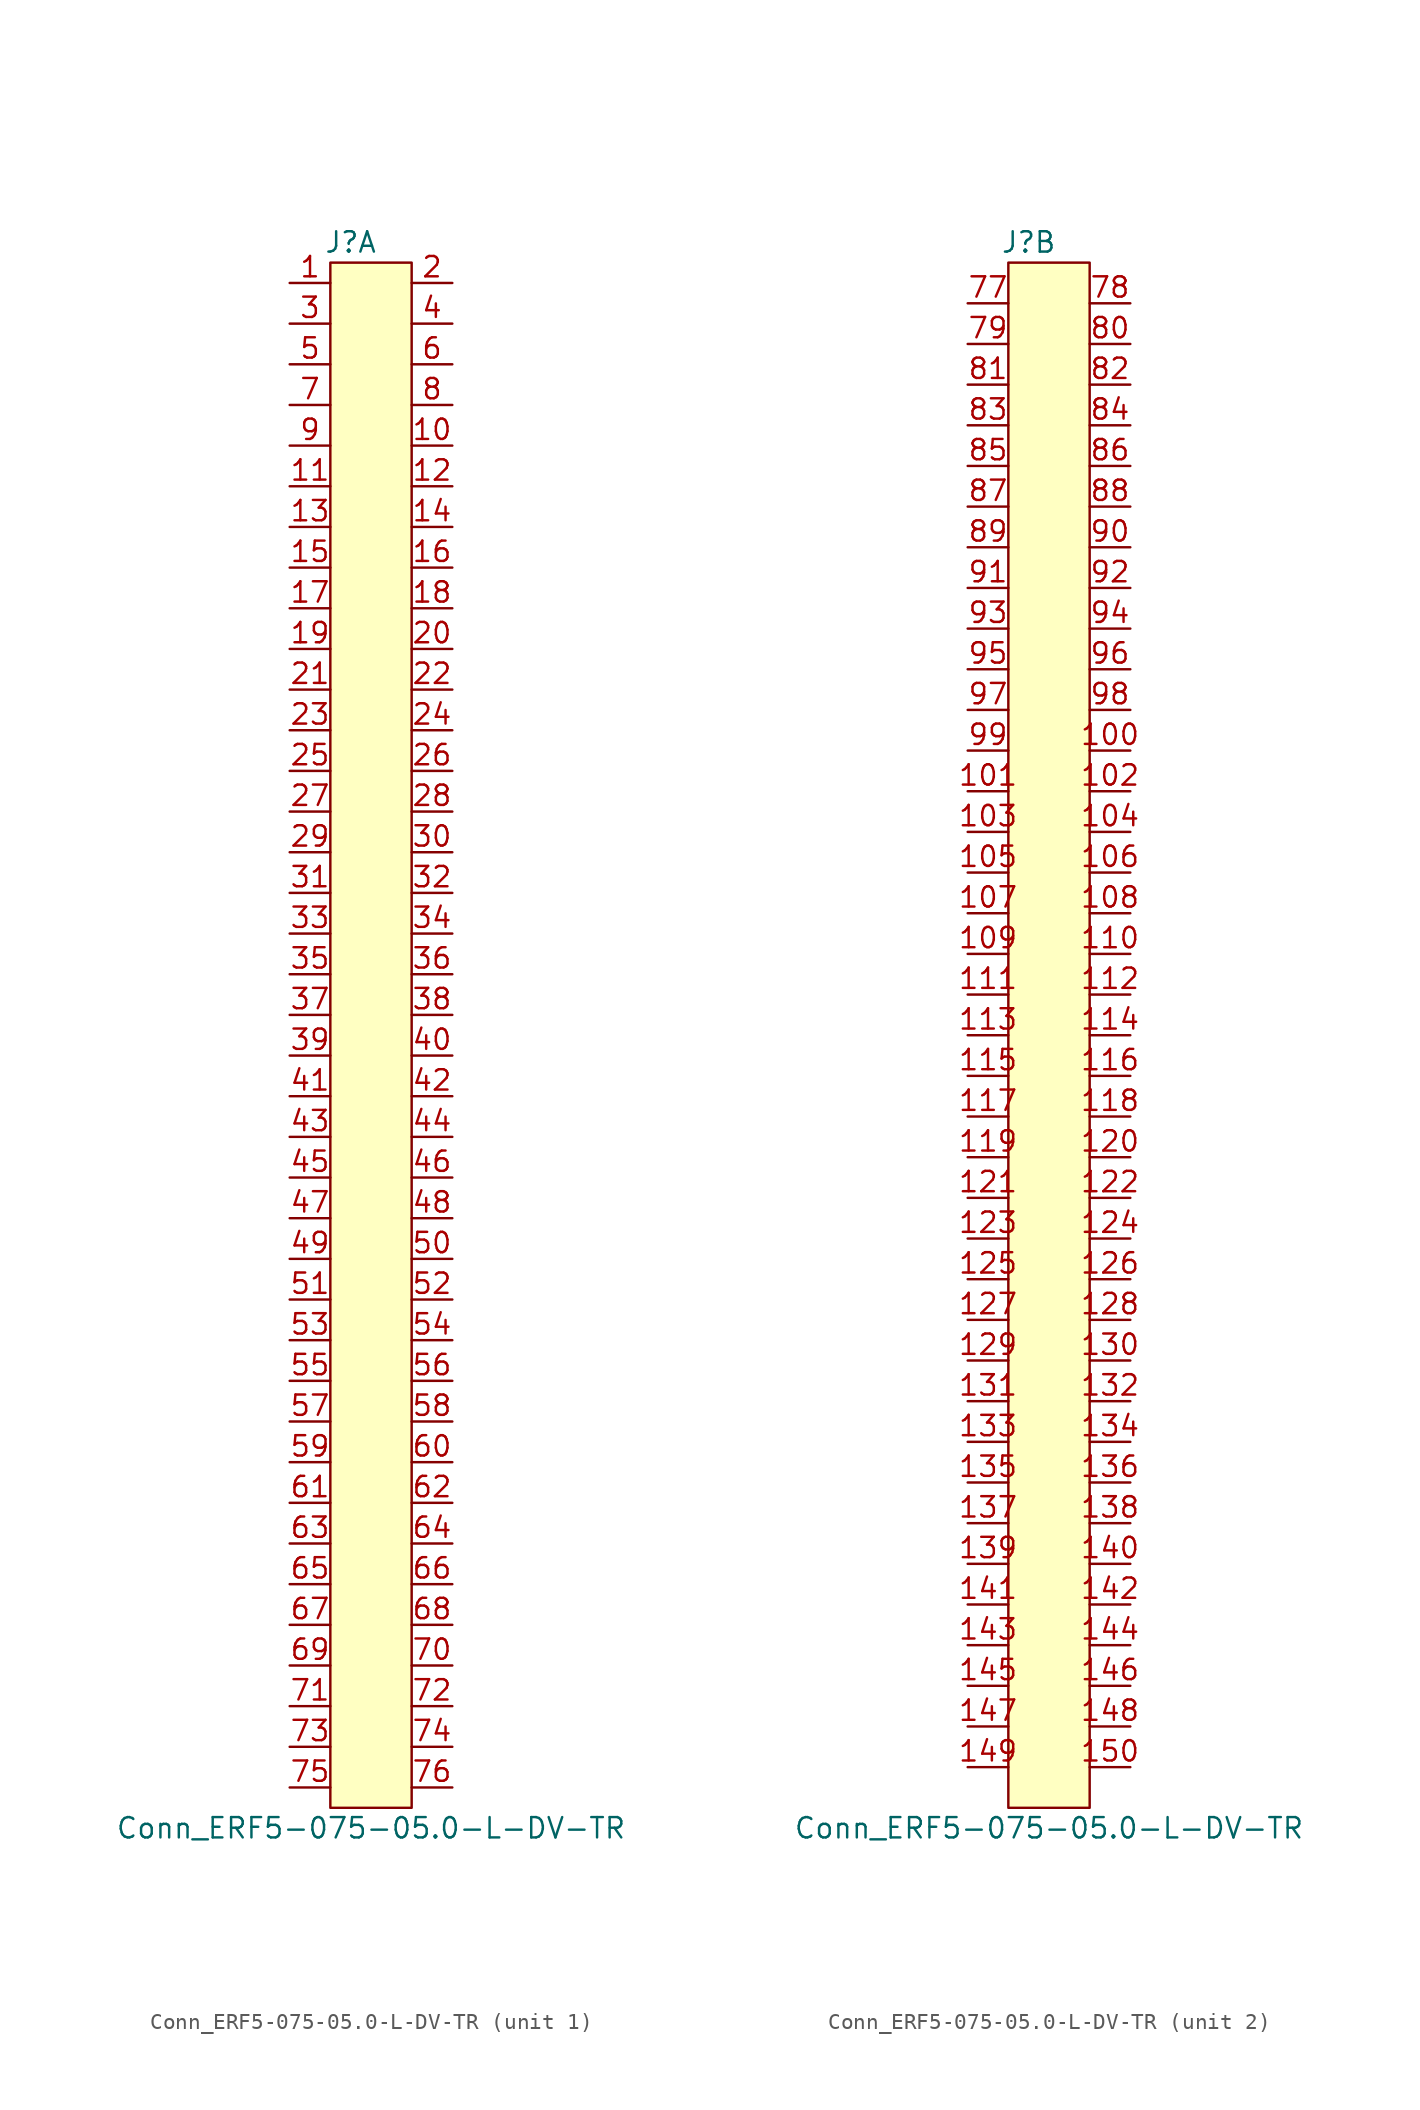
<source format=kicad_sym>
(kicad_symbol_lib
  (version 20211014)
  (generator kicad_symbol_editor)
  (symbol "Conn_ERF5-075-05.0-L-DV-TR"
    (pin_names hide)
    (property "Reference" "J"
      (at -1.27 50.8 0)
      (effects (font (size 1.27 1.27))))
    (property "Value" "Conn_ERF5-075-05.0-L-DV-TR"
      (at 0 -48.26 0)
      (effects (font (size 1.27 1.27))))
    (property "ki_locked" ""
      (at 0 0 0)
      (effects (font (size 1.27 1.27))))
    (symbol "Conn_ERF5-075-05.0-L-DV-TR_1_1"
      (rectangle (start -2.54 49.53) (end 2.54 -46.99) (stroke (width 0) (type default) (color 0 0 0 0)) (fill (type background)))
      (pin passive line (at -5.08 48.26 0) (length 2.54) (name "1" (effects (font (size 1.27 1.27)))) (number "1" (effects (font (size 1.27 1.27)))))
      (pin passive line (at 5.08 38.1 180) (length 2.54) (name "10" (effects (font (size 1.27 1.27)))) (number "10" (effects (font (size 1.27 1.27)))))
      (pin passive line (at -5.08 35.56 0) (length 2.54) (name "11" (effects (font (size 1.27 1.27)))) (number "11" (effects (font (size 1.27 1.27)))))
      (pin passive line (at 5.08 35.56 180) (length 2.54) (name "12" (effects (font (size 1.27 1.27)))) (number "12" (effects (font (size 1.27 1.27)))))
      (pin passive line (at -5.08 33.02 0) (length 2.54) (name "13" (effects (font (size 1.27 1.27)))) (number "13" (effects (font (size 1.27 1.27)))))
      (pin passive line (at 5.08 33.02 180) (length 2.54) (name "14" (effects (font (size 1.27 1.27)))) (number "14" (effects (font (size 1.27 1.27)))))
      (pin passive line (at -5.08 30.48 0) (length 2.54) (name "15" (effects (font (size 1.27 1.27)))) (number "15" (effects (font (size 1.27 1.27)))))
      (pin passive line (at 5.08 30.48 180) (length 2.54) (name "16" (effects (font (size 1.27 1.27)))) (number "16" (effects (font (size 1.27 1.27)))))
      (pin passive line (at -5.08 27.94 0) (length 2.54) (name "17" (effects (font (size 1.27 1.27)))) (number "17" (effects (font (size 1.27 1.27)))))
      (pin passive line (at 5.08 27.94 180) (length 2.54) (name "18" (effects (font (size 1.27 1.27)))) (number "18" (effects (font (size 1.27 1.27)))))
      (pin passive line (at -5.08 25.4 0) (length 2.54) (name "19" (effects (font (size 1.27 1.27)))) (number "19" (effects (font (size 1.27 1.27)))))
      (pin passive line (at 5.08 48.26 180) (length 2.54) (name "2" (effects (font (size 1.27 1.27)))) (number "2" (effects (font (size 1.27 1.27)))))
      (pin passive line (at 5.08 25.4 180) (length 2.54) (name "20" (effects (font (size 1.27 1.27)))) (number "20" (effects (font (size 1.27 1.27)))))
      (pin passive line (at -5.08 22.86 0) (length 2.54) (name "21" (effects (font (size 1.27 1.27)))) (number "21" (effects (font (size 1.27 1.27)))))
      (pin passive line (at 5.08 22.86 180) (length 2.54) (name "22" (effects (font (size 1.27 1.27)))) (number "22" (effects (font (size 1.27 1.27)))))
      (pin passive line (at -5.08 20.32 0) (length 2.54) (name "23" (effects (font (size 1.27 1.27)))) (number "23" (effects (font (size 1.27 1.27)))))
      (pin passive line (at 5.08 20.32 180) (length 2.54) (name "24" (effects (font (size 1.27 1.27)))) (number "24" (effects (font (size 1.27 1.27)))))
      (pin passive line (at -5.08 17.78 0) (length 2.54) (name "25" (effects (font (size 1.27 1.27)))) (number "25" (effects (font (size 1.27 1.27)))))
      (pin passive line (at 5.08 17.78 180) (length 2.54) (name "26" (effects (font (size 1.27 1.27)))) (number "26" (effects (font (size 1.27 1.27)))))
      (pin passive line (at -5.08 15.24 0) (length 2.54) (name "27" (effects (font (size 1.27 1.27)))) (number "27" (effects (font (size 1.27 1.27)))))
      (pin passive line (at 5.08 15.24 180) (length 2.54) (name "28" (effects (font (size 1.27 1.27)))) (number "28" (effects (font (size 1.27 1.27)))))
      (pin passive line (at -5.08 12.7 0) (length 2.54) (name "29" (effects (font (size 1.27 1.27)))) (number "29" (effects (font (size 1.27 1.27)))))
      (pin passive line (at -5.08 45.72 0) (length 2.54) (name "3" (effects (font (size 1.27 1.27)))) (number "3" (effects (font (size 1.27 1.27)))))
      (pin passive line (at 5.08 12.7 180) (length 2.54) (name "30" (effects (font (size 1.27 1.27)))) (number "30" (effects (font (size 1.27 1.27)))))
      (pin passive line (at -5.08 10.16 0) (length 2.54) (name "31" (effects (font (size 1.27 1.27)))) (number "31" (effects (font (size 1.27 1.27)))))
      (pin passive line (at 5.08 10.16 180) (length 2.54) (name "32" (effects (font (size 1.27 1.27)))) (number "32" (effects (font (size 1.27 1.27)))))
      (pin passive line (at -5.08 7.62 0) (length 2.54) (name "33" (effects (font (size 1.27 1.27)))) (number "33" (effects (font (size 1.27 1.27)))))
      (pin passive line (at 5.08 7.62 180) (length 2.54) (name "34" (effects (font (size 1.27 1.27)))) (number "34" (effects (font (size 1.27 1.27)))))
      (pin passive line (at -5.08 5.08 0) (length 2.54) (name "35" (effects (font (size 1.27 1.27)))) (number "35" (effects (font (size 1.27 1.27)))))
      (pin passive line (at 5.08 5.08 180) (length 2.54) (name "36" (effects (font (size 1.27 1.27)))) (number "36" (effects (font (size 1.27 1.27)))))
      (pin passive line (at -5.08 2.54 0) (length 2.54) (name "37" (effects (font (size 1.27 1.27)))) (number "37" (effects (font (size 1.27 1.27)))))
      (pin passive line (at 5.08 2.54 180) (length 2.54) (name "38" (effects (font (size 1.27 1.27)))) (number "38" (effects (font (size 1.27 1.27)))))
      (pin passive line (at -5.08 0 0) (length 2.54) (name "39" (effects (font (size 1.27 1.27)))) (number "39" (effects (font (size 1.27 1.27)))))
      (pin passive line (at 5.08 45.72 180) (length 2.54) (name "4" (effects (font (size 1.27 1.27)))) (number "4" (effects (font (size 1.27 1.27)))))
      (pin passive line (at 5.08 0 180) (length 2.54) (name "40" (effects (font (size 1.27 1.27)))) (number "40" (effects (font (size 1.27 1.27)))))
      (pin passive line (at -5.08 -2.54 0) (length 2.54) (name "41" (effects (font (size 1.27 1.27)))) (number "41" (effects (font (size 1.27 1.27)))))
      (pin passive line (at 5.08 -2.54 180) (length 2.54) (name "42" (effects (font (size 1.27 1.27)))) (number "42" (effects (font (size 1.27 1.27)))))
      (pin passive line (at -5.08 -5.08 0) (length 2.54) (name "43" (effects (font (size 1.27 1.27)))) (number "43" (effects (font (size 1.27 1.27)))))
      (pin passive line (at 5.08 -5.08 180) (length 2.54) (name "44" (effects (font (size 1.27 1.27)))) (number "44" (effects (font (size 1.27 1.27)))))
      (pin passive line (at -5.08 -7.62 0) (length 2.54) (name "45" (effects (font (size 1.27 1.27)))) (number "45" (effects (font (size 1.27 1.27)))))
      (pin passive line (at 5.08 -7.62 180) (length 2.54) (name "46" (effects (font (size 1.27 1.27)))) (number "46" (effects (font (size 1.27 1.27)))))
      (pin passive line (at -5.08 -10.16 0) (length 2.54) (name "47" (effects (font (size 1.27 1.27)))) (number "47" (effects (font (size 1.27 1.27)))))
      (pin passive line (at 5.08 -10.16 180) (length 2.54) (name "48" (effects (font (size 1.27 1.27)))) (number "48" (effects (font (size 1.27 1.27)))))
      (pin passive line (at -5.08 -12.7 0) (length 2.54) (name "49" (effects (font (size 1.27 1.27)))) (number "49" (effects (font (size 1.27 1.27)))))
      (pin passive line (at -5.08 43.18 0) (length 2.54) (name "5" (effects (font (size 1.27 1.27)))) (number "5" (effects (font (size 1.27 1.27)))))
      (pin passive line (at 5.08 -12.7 180) (length 2.54) (name "50" (effects (font (size 1.27 1.27)))) (number "50" (effects (font (size 1.27 1.27)))))
      (pin passive line (at -5.08 -15.24 0) (length 2.54) (name "51" (effects (font (size 1.27 1.27)))) (number "51" (effects (font (size 1.27 1.27)))))
      (pin passive line (at 5.08 -15.24 180) (length 2.54) (name "52" (effects (font (size 1.27 1.27)))) (number "52" (effects (font (size 1.27 1.27)))))
      (pin passive line (at -5.08 -17.78 0) (length 2.54) (name "53" (effects (font (size 1.27 1.27)))) (number "53" (effects (font (size 1.27 1.27)))))
      (pin passive line (at 5.08 -17.78 180) (length 2.54) (name "54" (effects (font (size 1.27 1.27)))) (number "54" (effects (font (size 1.27 1.27)))))
      (pin passive line (at -5.08 -20.32 0) (length 2.54) (name "55" (effects (font (size 1.27 1.27)))) (number "55" (effects (font (size 1.27 1.27)))))
      (pin passive line (at 5.08 -20.32 180) (length 2.54) (name "56" (effects (font (size 1.27 1.27)))) (number "56" (effects (font (size 1.27 1.27)))))
      (pin passive line (at -5.08 -22.86 0) (length 2.54) (name "57" (effects (font (size 1.27 1.27)))) (number "57" (effects (font (size 1.27 1.27)))))
      (pin passive line (at 5.08 -22.86 180) (length 2.54) (name "58" (effects (font (size 1.27 1.27)))) (number "58" (effects (font (size 1.27 1.27)))))
      (pin passive line (at -5.08 -25.4 0) (length 2.54) (name "59" (effects (font (size 1.27 1.27)))) (number "59" (effects (font (size 1.27 1.27)))))
      (pin passive line (at 5.08 43.18 180) (length 2.54) (name "6" (effects (font (size 1.27 1.27)))) (number "6" (effects (font (size 1.27 1.27)))))
      (pin passive line (at 5.08 -25.4 180) (length 2.54) (name "60" (effects (font (size 1.27 1.27)))) (number "60" (effects (font (size 1.27 1.27)))))
      (pin passive line (at -5.08 -27.94 0) (length 2.54) (name "61" (effects (font (size 1.27 1.27)))) (number "61" (effects (font (size 1.27 1.27)))))
      (pin passive line (at 5.08 -27.94 180) (length 2.54) (name "62" (effects (font (size 1.27 1.27)))) (number "62" (effects (font (size 1.27 1.27)))))
      (pin passive line (at -5.08 -30.48 0) (length 2.54) (name "63" (effects (font (size 1.27 1.27)))) (number "63" (effects (font (size 1.27 1.27)))))
      (pin passive line (at 5.08 -30.48 180) (length 2.54) (name "64" (effects (font (size 1.27 1.27)))) (number "64" (effects (font (size 1.27 1.27)))))
      (pin passive line (at -5.08 -33.02 0) (length 2.54) (name "65" (effects (font (size 1.27 1.27)))) (number "65" (effects (font (size 1.27 1.27)))))
      (pin passive line (at 5.08 -33.02 180) (length 2.54) (name "66" (effects (font (size 1.27 1.27)))) (number "66" (effects (font (size 1.27 1.27)))))
      (pin passive line (at -5.08 -35.56 0) (length 2.54) (name "67" (effects (font (size 1.27 1.27)))) (number "67" (effects (font (size 1.27 1.27)))))
      (pin passive line (at 5.08 -35.56 180) (length 2.54) (name "68" (effects (font (size 1.27 1.27)))) (number "68" (effects (font (size 1.27 1.27)))))
      (pin passive line (at -5.08 -38.1 0) (length 2.54) (name "69" (effects (font (size 1.27 1.27)))) (number "69" (effects (font (size 1.27 1.27)))))
      (pin passive line (at -5.08 40.64 0) (length 2.54) (name "7" (effects (font (size 1.27 1.27)))) (number "7" (effects (font (size 1.27 1.27)))))
      (pin passive line (at 5.08 -38.1 180) (length 2.54) (name "70" (effects (font (size 1.27 1.27)))) (number "70" (effects (font (size 1.27 1.27)))))
      (pin passive line (at -5.08 -40.64 0) (length 2.54) (name "71" (effects (font (size 1.27 1.27)))) (number "71" (effects (font (size 1.27 1.27)))))
      (pin passive line (at 5.08 -40.64 180) (length 2.54) (name "72" (effects (font (size 1.27 1.27)))) (number "72" (effects (font (size 1.27 1.27)))))
      (pin passive line (at -5.08 -43.18 0) (length 2.54) (name "73" (effects (font (size 1.27 1.27)))) (number "73" (effects (font (size 1.27 1.27)))))
      (pin passive line (at 5.08 -43.18 180) (length 2.54) (name "74" (effects (font (size 1.27 1.27)))) (number "74" (effects (font (size 1.27 1.27)))))
      (pin passive line (at -5.08 -45.72 0) (length 2.54) (name "75" (effects (font (size 1.27 1.27)))) (number "75" (effects (font (size 1.27 1.27)))))
      (pin passive line (at 5.08 -45.72 180) (length 2.54) (name "76" (effects (font (size 1.27 1.27)))) (number "76" (effects (font (size 1.27 1.27)))))
      (pin passive line (at 5.08 40.64 180) (length 2.54) (name "8" (effects (font (size 1.27 1.27)))) (number "8" (effects (font (size 1.27 1.27)))))
      (pin passive line (at -5.08 38.1 0) (length 2.54) (name "9" (effects (font (size 1.27 1.27)))) (number "9" (effects (font (size 1.27 1.27))))))
    (symbol "Conn_ERF5-075-05.0-L-DV-TR_2_1"
      (rectangle (start -2.54 49.53) (end 2.54 -46.99) (stroke (width 0) (type default) (color 0 0 0 0)) (fill (type background)))
      (pin passive line (at 5.08 19.05 180) (length 2.54) (name "100" (effects (font (size 1.27 1.27)))) (number "100" (effects (font (size 1.27 1.27)))))
      (pin passive line (at -5.08 16.51 0) (length 2.54) (name "101" (effects (font (size 1.27 1.27)))) (number "101" (effects (font (size 1.27 1.27)))))
      (pin passive line (at 5.08 16.51 180) (length 2.54) (name "102" (effects (font (size 1.27 1.27)))) (number "102" (effects (font (size 1.27 1.27)))))
      (pin passive line (at -5.08 13.97 0) (length 2.54) (name "103" (effects (font (size 1.27 1.27)))) (number "103" (effects (font (size 1.27 1.27)))))
      (pin passive line (at 5.08 13.97 180) (length 2.54) (name "104" (effects (font (size 1.27 1.27)))) (number "104" (effects (font (size 1.27 1.27)))))
      (pin passive line (at -5.08 11.43 0) (length 2.54) (name "105" (effects (font (size 1.27 1.27)))) (number "105" (effects (font (size 1.27 1.27)))))
      (pin passive line (at 5.08 11.43 180) (length 2.54) (name "106" (effects (font (size 1.27 1.27)))) (number "106" (effects (font (size 1.27 1.27)))))
      (pin passive line (at -5.08 8.89 0) (length 2.54) (name "107" (effects (font (size 1.27 1.27)))) (number "107" (effects (font (size 1.27 1.27)))))
      (pin passive line (at 5.08 8.89 180) (length 2.54) (name "108" (effects (font (size 1.27 1.27)))) (number "108" (effects (font (size 1.27 1.27)))))
      (pin passive line (at -5.08 6.35 0) (length 2.54) (name "109" (effects (font (size 1.27 1.27)))) (number "109" (effects (font (size 1.27 1.27)))))
      (pin passive line (at 5.08 6.35 180) (length 2.54) (name "110" (effects (font (size 1.27 1.27)))) (number "110" (effects (font (size 1.27 1.27)))))
      (pin passive line (at -5.08 3.81 0) (length 2.54) (name "111" (effects (font (size 1.27 1.27)))) (number "111" (effects (font (size 1.27 1.27)))))
      (pin passive line (at 5.08 3.81 180) (length 2.54) (name "112" (effects (font (size 1.27 1.27)))) (number "112" (effects (font (size 1.27 1.27)))))
      (pin passive line (at -5.08 1.27 0) (length 2.54) (name "113" (effects (font (size 1.27 1.27)))) (number "113" (effects (font (size 1.27 1.27)))))
      (pin passive line (at 5.08 1.27 180) (length 2.54) (name "114" (effects (font (size 1.27 1.27)))) (number "114" (effects (font (size 1.27 1.27)))))
      (pin passive line (at -5.08 -1.27 0) (length 2.54) (name "115" (effects (font (size 1.27 1.27)))) (number "115" (effects (font (size 1.27 1.27)))))
      (pin passive line (at 5.08 -1.27 180) (length 2.54) (name "116" (effects (font (size 1.27 1.27)))) (number "116" (effects (font (size 1.27 1.27)))))
      (pin passive line (at -5.08 -3.81 0) (length 2.54) (name "117" (effects (font (size 1.27 1.27)))) (number "117" (effects (font (size 1.27 1.27)))))
      (pin passive line (at 5.08 -3.81 180) (length 2.54) (name "118" (effects (font (size 1.27 1.27)))) (number "118" (effects (font (size 1.27 1.27)))))
      (pin passive line (at -5.08 -6.35 0) (length 2.54) (name "119" (effects (font (size 1.27 1.27)))) (number "119" (effects (font (size 1.27 1.27)))))
      (pin passive line (at 5.08 -6.35 180) (length 2.54) (name "120" (effects (font (size 1.27 1.27)))) (number "120" (effects (font (size 1.27 1.27)))))
      (pin passive line (at -5.08 -8.89 0) (length 2.54) (name "121" (effects (font (size 1.27 1.27)))) (number "121" (effects (font (size 1.27 1.27)))))
      (pin passive line (at 5.08 -8.89 180) (length 2.54) (name "122" (effects (font (size 1.27 1.27)))) (number "122" (effects (font (size 1.27 1.27)))))
      (pin passive line (at -5.08 -11.43 0) (length 2.54) (name "123" (effects (font (size 1.27 1.27)))) (number "123" (effects (font (size 1.27 1.27)))))
      (pin passive line (at 5.08 -11.43 180) (length 2.54) (name "124" (effects (font (size 1.27 1.27)))) (number "124" (effects (font (size 1.27 1.27)))))
      (pin passive line (at -5.08 -13.97 0) (length 2.54) (name "125" (effects (font (size 1.27 1.27)))) (number "125" (effects (font (size 1.27 1.27)))))
      (pin passive line (at 5.08 -13.97 180) (length 2.54) (name "126" (effects (font (size 1.27 1.27)))) (number "126" (effects (font (size 1.27 1.27)))))
      (pin passive line (at -5.08 -16.51 0) (length 2.54) (name "127" (effects (font (size 1.27 1.27)))) (number "127" (effects (font (size 1.27 1.27)))))
      (pin passive line (at 5.08 -16.51 180) (length 2.54) (name "128" (effects (font (size 1.27 1.27)))) (number "128" (effects (font (size 1.27 1.27)))))
      (pin passive line (at -5.08 -19.05 0) (length 2.54) (name "129" (effects (font (size 1.27 1.27)))) (number "129" (effects (font (size 1.27 1.27)))))
      (pin passive line (at 5.08 -19.05 180) (length 2.54) (name "130" (effects (font (size 1.27 1.27)))) (number "130" (effects (font (size 1.27 1.27)))))
      (pin passive line (at -5.08 -21.59 0) (length 2.54) (name "131" (effects (font (size 1.27 1.27)))) (number "131" (effects (font (size 1.27 1.27)))))
      (pin passive line (at 5.08 -21.59 180) (length 2.54) (name "132" (effects (font (size 1.27 1.27)))) (number "132" (effects (font (size 1.27 1.27)))))
      (pin passive line (at -5.08 -24.13 0) (length 2.54) (name "133" (effects (font (size 1.27 1.27)))) (number "133" (effects (font (size 1.27 1.27)))))
      (pin passive line (at 5.08 -24.13 180) (length 2.54) (name "134" (effects (font (size 1.27 1.27)))) (number "134" (effects (font (size 1.27 1.27)))))
      (pin passive line (at -5.08 -26.67 0) (length 2.54) (name "135" (effects (font (size 1.27 1.27)))) (number "135" (effects (font (size 1.27 1.27)))))
      (pin passive line (at 5.08 -26.67 180) (length 2.54) (name "136" (effects (font (size 1.27 1.27)))) (number "136" (effects (font (size 1.27 1.27)))))
      (pin passive line (at -5.08 -29.21 0) (length 2.54) (name "137" (effects (font (size 1.27 1.27)))) (number "137" (effects (font (size 1.27 1.27)))))
      (pin passive line (at 5.08 -29.21 180) (length 2.54) (name "138" (effects (font (size 1.27 1.27)))) (number "138" (effects (font (size 1.27 1.27)))))
      (pin passive line (at -5.08 -31.75 0) (length 2.54) (name "139" (effects (font (size 1.27 1.27)))) (number "139" (effects (font (size 1.27 1.27)))))
      (pin passive line (at 5.08 -31.75 180) (length 2.54) (name "140" (effects (font (size 1.27 1.27)))) (number "140" (effects (font (size 1.27 1.27)))))
      (pin passive line (at -5.08 -34.29 0) (length 2.54) (name "141" (effects (font (size 1.27 1.27)))) (number "141" (effects (font (size 1.27 1.27)))))
      (pin passive line (at 5.08 -34.29 180) (length 2.54) (name "142" (effects (font (size 1.27 1.27)))) (number "142" (effects (font (size 1.27 1.27)))))
      (pin passive line (at -5.08 -36.83 0) (length 2.54) (name "143" (effects (font (size 1.27 1.27)))) (number "143" (effects (font (size 1.27 1.27)))))
      (pin passive line (at 5.08 -36.83 180) (length 2.54) (name "144" (effects (font (size 1.27 1.27)))) (number "144" (effects (font (size 1.27 1.27)))))
      (pin passive line (at -5.08 -39.37 0) (length 2.54) (name "145" (effects (font (size 1.27 1.27)))) (number "145" (effects (font (size 1.27 1.27)))))
      (pin passive line (at 5.08 -39.37 180) (length 2.54) (name "146" (effects (font (size 1.27 1.27)))) (number "146" (effects (font (size 1.27 1.27)))))
      (pin passive line (at -5.08 -41.91 0) (length 2.54) (name "147" (effects (font (size 1.27 1.27)))) (number "147" (effects (font (size 1.27 1.27)))))
      (pin passive line (at 5.08 -41.91 180) (length 2.54) (name "148" (effects (font (size 1.27 1.27)))) (number "148" (effects (font (size 1.27 1.27)))))
      (pin passive line (at -5.08 -44.45 0) (length 2.54) (name "149" (effects (font (size 1.27 1.27)))) (number "149" (effects (font (size 1.27 1.27)))))
      (pin passive line (at 5.08 -44.45 180) (length 2.54) (name "150" (effects (font (size 1.27 1.27)))) (number "150" (effects (font (size 1.27 1.27)))))
      (pin passive line (at -5.08 46.99 0) (length 2.54) (name "77" (effects (font (size 1.27 1.27)))) (number "77" (effects (font (size 1.27 1.27)))))
      (pin passive line (at 5.08 46.99 180) (length 2.54) (name "78" (effects (font (size 1.27 1.27)))) (number "78" (effects (font (size 1.27 1.27)))))
      (pin passive line (at -5.08 44.45 0) (length 2.54) (name "79" (effects (font (size 1.27 1.27)))) (number "79" (effects (font (size 1.27 1.27)))))
      (pin passive line (at 5.08 44.45 180) (length 2.54) (name "80" (effects (font (size 1.27 1.27)))) (number "80" (effects (font (size 1.27 1.27)))))
      (pin passive line (at -5.08 41.91 0) (length 2.54) (name "81" (effects (font (size 1.27 1.27)))) (number "81" (effects (font (size 1.27 1.27)))))
      (pin passive line (at 5.08 41.91 180) (length 2.54) (name "82" (effects (font (size 1.27 1.27)))) (number "82" (effects (font (size 1.27 1.27)))))
      (pin passive line (at -5.08 39.37 0) (length 2.54) (name "83" (effects (font (size 1.27 1.27)))) (number "83" (effects (font (size 1.27 1.27)))))
      (pin passive line (at 5.08 39.37 180) (length 2.54) (name "84" (effects (font (size 1.27 1.27)))) (number "84" (effects (font (size 1.27 1.27)))))
      (pin passive line (at -5.08 36.83 0) (length 2.54) (name "85" (effects (font (size 1.27 1.27)))) (number "85" (effects (font (size 1.27 1.27)))))
      (pin passive line (at 5.08 36.83 180) (length 2.54) (name "86" (effects (font (size 1.27 1.27)))) (number "86" (effects (font (size 1.27 1.27)))))
      (pin passive line (at -5.08 34.29 0) (length 2.54) (name "87" (effects (font (size 1.27 1.27)))) (number "87" (effects (font (size 1.27 1.27)))))
      (pin passive line (at 5.08 34.29 180) (length 2.54) (name "88" (effects (font (size 1.27 1.27)))) (number "88" (effects (font (size 1.27 1.27)))))
      (pin passive line (at -5.08 31.75 0) (length 2.54) (name "89" (effects (font (size 1.27 1.27)))) (number "89" (effects (font (size 1.27 1.27)))))
      (pin passive line (at 5.08 31.75 180) (length 2.54) (name "90" (effects (font (size 1.27 1.27)))) (number "90" (effects (font (size 1.27 1.27)))))
      (pin passive line (at -5.08 29.21 0) (length 2.54) (name "91" (effects (font (size 1.27 1.27)))) (number "91" (effects (font (size 1.27 1.27)))))
      (pin passive line (at 5.08 29.21 180) (length 2.54) (name "92" (effects (font (size 1.27 1.27)))) (number "92" (effects (font (size 1.27 1.27)))))
      (pin passive line (at -5.08 26.67 0) (length 2.54) (name "93" (effects (font (size 1.27 1.27)))) (number "93" (effects (font (size 1.27 1.27)))))
      (pin passive line (at 5.08 26.67 180) (length 2.54) (name "94" (effects (font (size 1.27 1.27)))) (number "94" (effects (font (size 1.27 1.27)))))
      (pin passive line (at -5.08 24.13 0) (length 2.54) (name "95" (effects (font (size 1.27 1.27)))) (number "95" (effects (font (size 1.27 1.27)))))
      (pin passive line (at 5.08 24.13 180) (length 2.54) (name "96" (effects (font (size 1.27 1.27)))) (number "96" (effects (font (size 1.27 1.27)))))
      (pin passive line (at -5.08 21.59 0) (length 2.54) (name "97" (effects (font (size 1.27 1.27)))) (number "97" (effects (font (size 1.27 1.27)))))
      (pin passive line (at 5.08 21.59 180) (length 2.54) (name "98" (effects (font (size 1.27 1.27)))) (number "98" (effects (font (size 1.27 1.27)))))
      (pin passive line (at -5.08 19.05 0) (length 2.54) (name "99" (effects (font (size 1.27 1.27)))) (number "99" (effects (font (size 1.27 1.27))))))))
</source>
